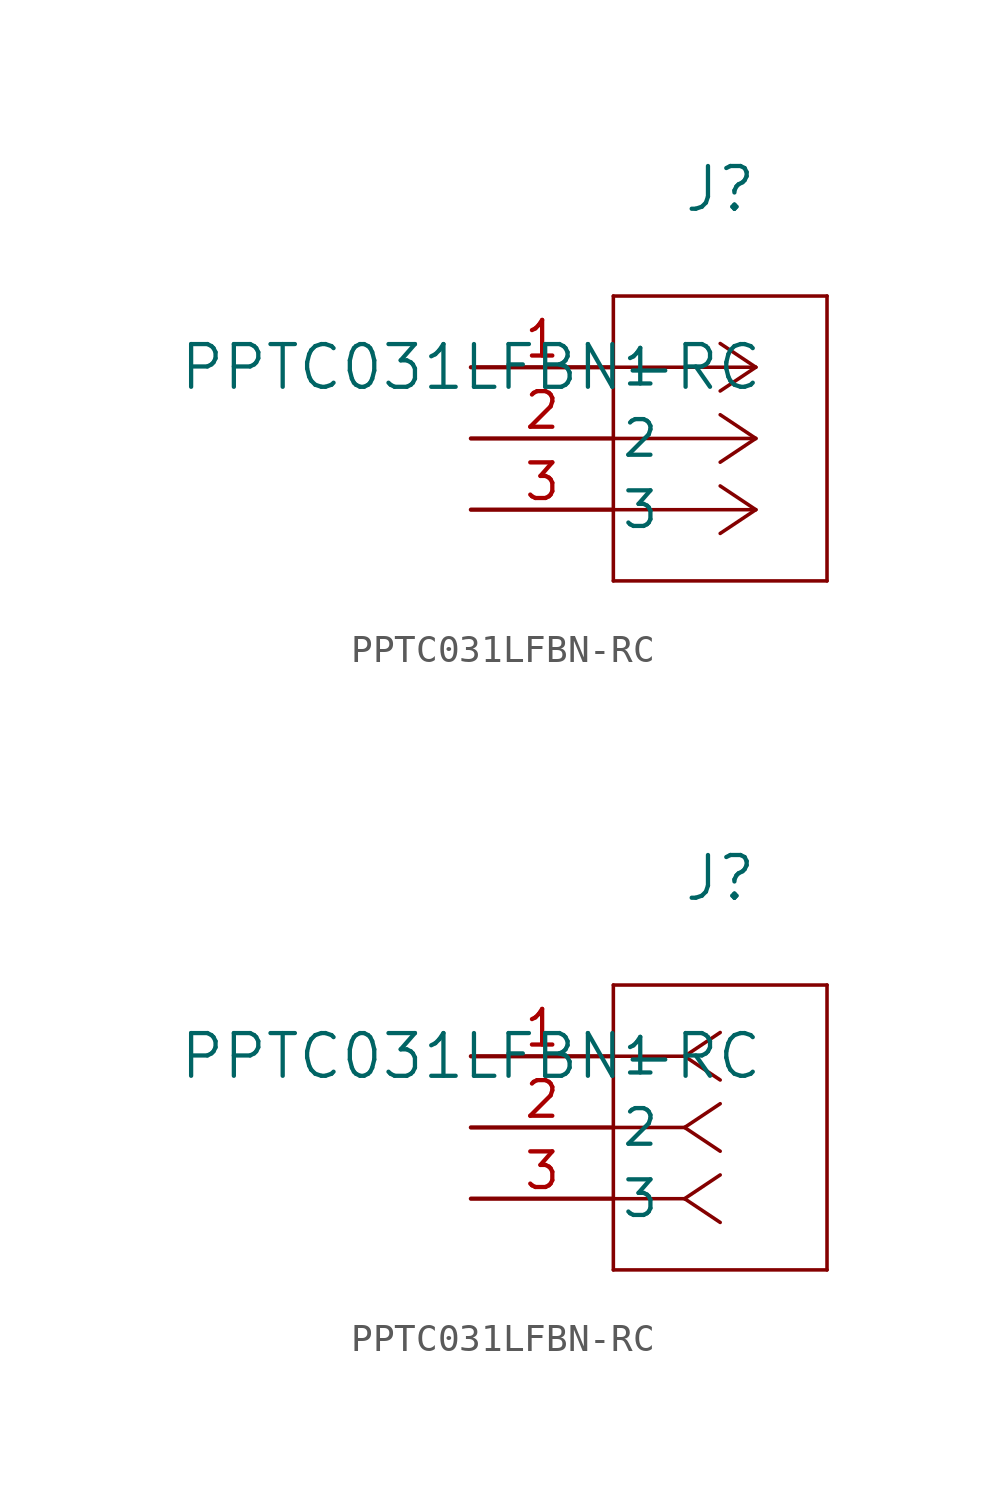
<source format=kicad_sym>
(kicad_symbol_lib
  (version 20211014)
  (generator kicad_symbol_editor)
  (symbol "PPTC031LFBN-RC"
    (pin_names
      (offset 0.254))
    (property "Reference" "J"
      (at 8.89 6.35 0)
      (effects (font (size 1.524 1.524))))
    (property "Value" "PPTC031LFBN-RC"
      (at 0 0 0)
      (effects (font (size 1.524 1.524))))
    (symbol "PPTC031LFBN-RC_1_1"
      (polyline (pts (xy 10.16 0) (xy 5.08 0)) (stroke (width 0.127) (type default) (color 0 0 0 0)) (fill (type none)))
      (polyline (pts (xy 10.16 -2.54) (xy 5.08 -2.54)) (stroke (width 0.127) (type default) (color 0 0 0 0)) (fill (type none)))
      (polyline (pts (xy 10.16 -5.08) (xy 5.08 -5.08)) (stroke (width 0.127) (type default) (color 0 0 0 0)) (fill (type none)))
      (polyline (pts (xy 10.16 0) (xy 8.89 0.847)) (stroke (width 0.127) (type default) (color 0 0 0 0)) (fill (type none)))
      (polyline (pts (xy 10.16 -2.54) (xy 8.89 -1.693)) (stroke (width 0.127) (type default) (color 0 0 0 0)) (fill (type none)))
      (polyline (pts (xy 10.16 -5.08) (xy 8.89 -4.233)) (stroke (width 0.127) (type default) (color 0 0 0 0)) (fill (type none)))
      (polyline (pts (xy 10.16 0) (xy 8.89 -0.847)) (stroke (width 0.127) (type default) (color 0 0 0 0)) (fill (type none)))
      (polyline (pts (xy 10.16 -2.54) (xy 8.89 -3.387)) (stroke (width 0.127) (type default) (color 0 0 0 0)) (fill (type none)))
      (polyline (pts (xy 10.16 -5.08) (xy 8.89 -5.927)) (stroke (width 0.127) (type default) (color 0 0 0 0)) (fill (type none)))
      (polyline (pts (xy 5.08 2.54) (xy 5.08 -7.62)) (stroke (width 0.127) (type default) (color 0 0 0 0)) (fill (type none)))
      (polyline (pts (xy 5.08 -7.62) (xy 12.7 -7.62)) (stroke (width 0.127) (type default) (color 0 0 0 0)) (fill (type none)))
      (polyline (pts (xy 12.7 -7.62) (xy 12.7 2.54)) (stroke (width 0.127) (type default) (color 0 0 0 0)) (fill (type none)))
      (polyline (pts (xy 12.7 2.54) (xy 5.08 2.54)) (stroke (width 0.127) (type default) (color 0 0 0 0)) (fill (type none)))
      (pin unspecified line (at 0 0 0) (length 5.08) (name "1" (effects (font (size 1.27 1.27)))) (number "1" (effects (font (size 1.27 1.27)))))
      (pin unspecified line (at 0 -2.54 0) (length 5.08) (name "2" (effects (font (size 1.27 1.27)))) (number "2" (effects (font (size 1.27 1.27)))))
      (pin unspecified line (at 0 -5.08 0) (length 5.08) (name "3" (effects (font (size 1.27 1.27)))) (number "3" (effects (font (size 1.27 1.27))))))
    (symbol "PPTC031LFBN-RC_1_2"
      (polyline (pts (xy 7.62 0) (xy 5.08 0)) (stroke (width 0.127) (type default) (color 0 0 0 0)) (fill (type none)))
      (polyline (pts (xy 7.62 -2.54) (xy 5.08 -2.54)) (stroke (width 0.127) (type default) (color 0 0 0 0)) (fill (type none)))
      (polyline (pts (xy 7.62 -5.08) (xy 5.08 -5.08)) (stroke (width 0.127) (type default) (color 0 0 0 0)) (fill (type none)))
      (polyline (pts (xy 7.62 0) (xy 8.89 0.847)) (stroke (width 0.127) (type default) (color 0 0 0 0)) (fill (type none)))
      (polyline (pts (xy 7.62 -2.54) (xy 8.89 -1.693)) (stroke (width 0.127) (type default) (color 0 0 0 0)) (fill (type none)))
      (polyline (pts (xy 7.62 -5.08) (xy 8.89 -4.233)) (stroke (width 0.127) (type default) (color 0 0 0 0)) (fill (type none)))
      (polyline (pts (xy 7.62 0) (xy 8.89 -0.847)) (stroke (width 0.127) (type default) (color 0 0 0 0)) (fill (type none)))
      (polyline (pts (xy 7.62 -2.54) (xy 8.89 -3.387)) (stroke (width 0.127) (type default) (color 0 0 0 0)) (fill (type none)))
      (polyline (pts (xy 7.62 -5.08) (xy 8.89 -5.927)) (stroke (width 0.127) (type default) (color 0 0 0 0)) (fill (type none)))
      (polyline (pts (xy 5.08 2.54) (xy 5.08 -7.62)) (stroke (width 0.127) (type default) (color 0 0 0 0)) (fill (type none)))
      (polyline (pts (xy 5.08 -7.62) (xy 12.7 -7.62)) (stroke (width 0.127) (type default) (color 0 0 0 0)) (fill (type none)))
      (polyline (pts (xy 12.7 -7.62) (xy 12.7 2.54)) (stroke (width 0.127) (type default) (color 0 0 0 0)) (fill (type none)))
      (polyline (pts (xy 12.7 2.54) (xy 5.08 2.54)) (stroke (width 0.127) (type default) (color 0 0 0 0)) (fill (type none)))
      (pin unspecified line (at 0 0 0) (length 5.08) (name "1" (effects (font (size 1.27 1.27)))) (number "1" (effects (font (size 1.27 1.27)))))
      (pin unspecified line (at 0 -2.54 0) (length 5.08) (name "2" (effects (font (size 1.27 1.27)))) (number "2" (effects (font (size 1.27 1.27)))))
      (pin unspecified line (at 0 -5.08 0) (length 5.08) (name "3" (effects (font (size 1.27 1.27)))) (number "3" (effects (font (size 1.27 1.27))))))))
</source>
